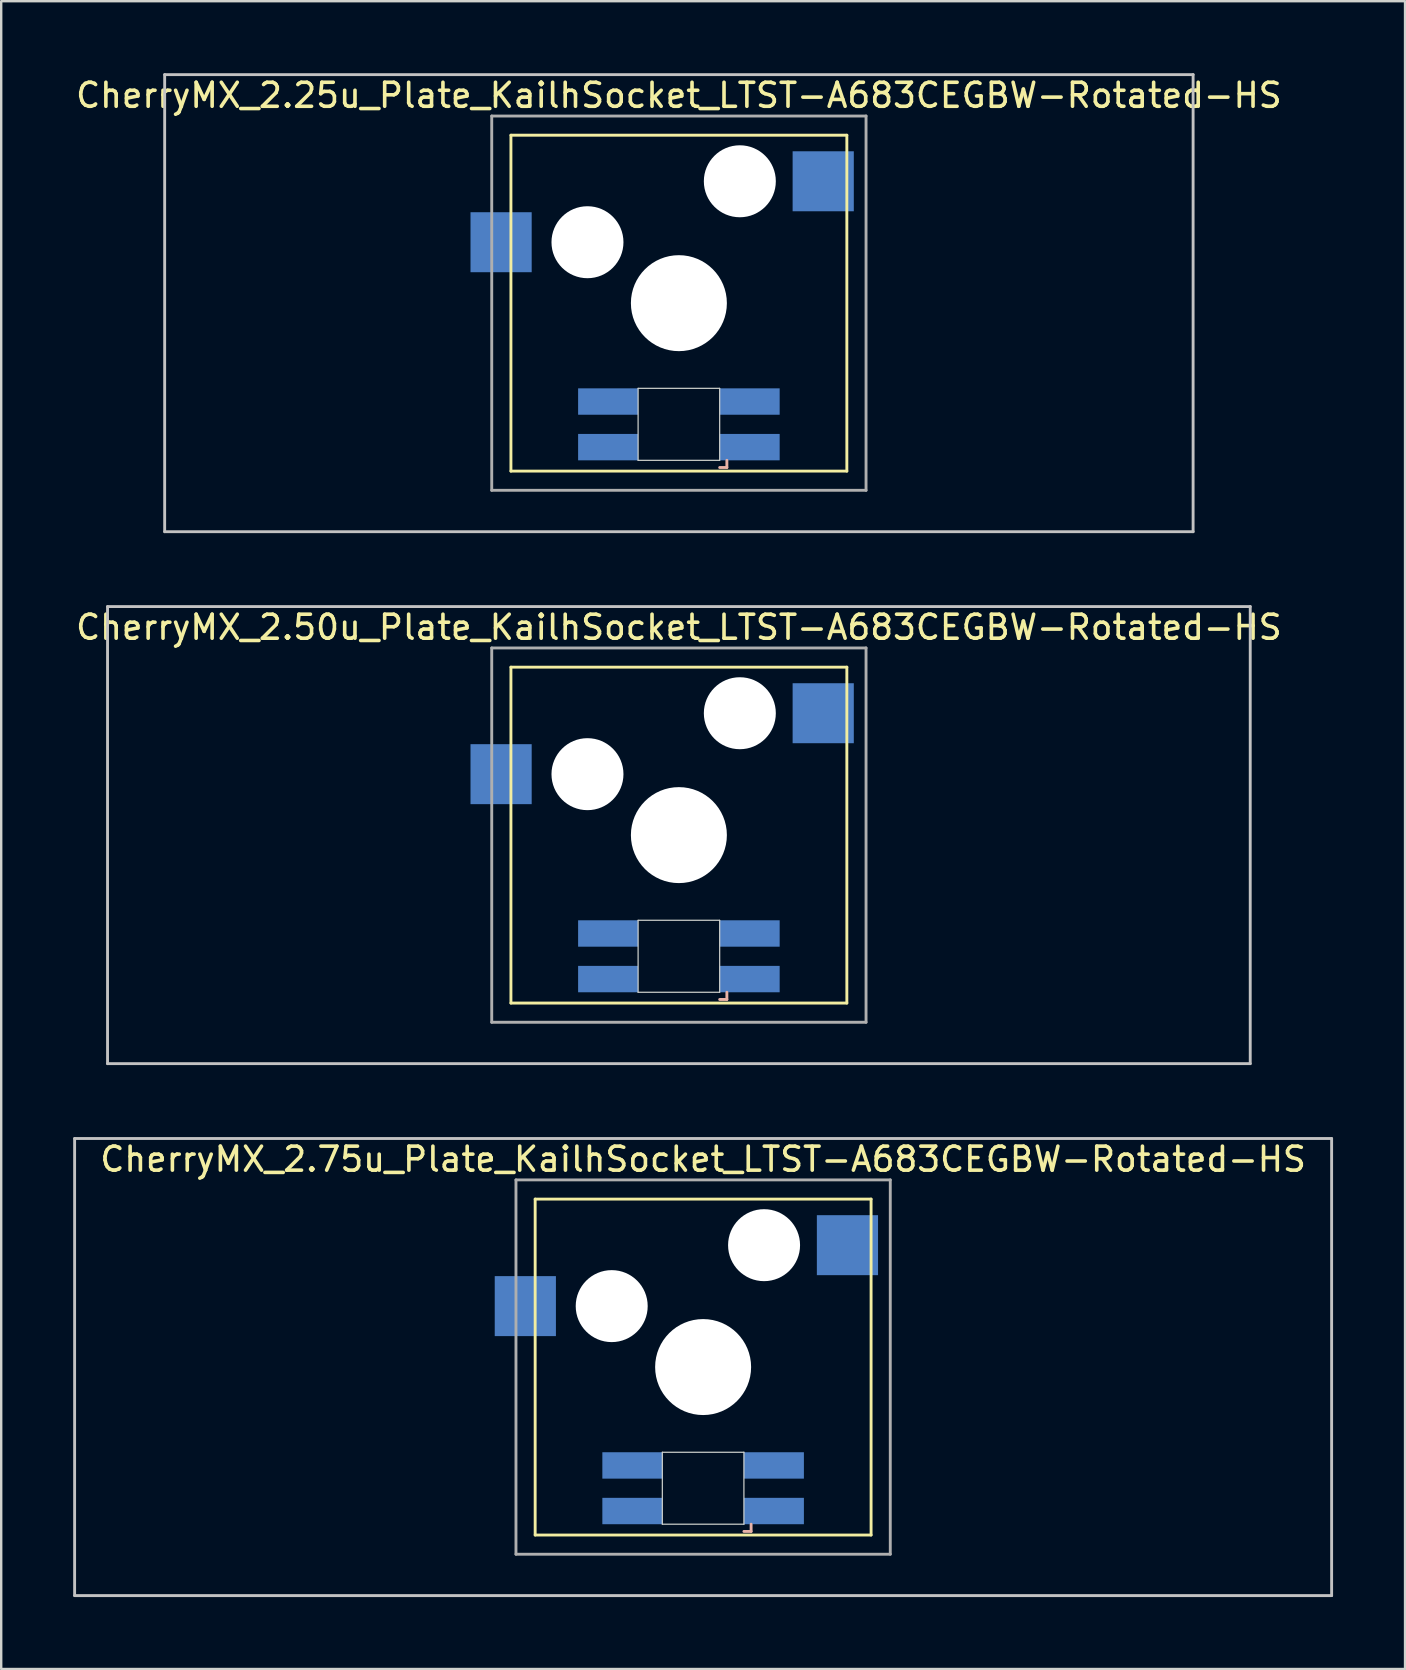
<source format=kicad_pcb>
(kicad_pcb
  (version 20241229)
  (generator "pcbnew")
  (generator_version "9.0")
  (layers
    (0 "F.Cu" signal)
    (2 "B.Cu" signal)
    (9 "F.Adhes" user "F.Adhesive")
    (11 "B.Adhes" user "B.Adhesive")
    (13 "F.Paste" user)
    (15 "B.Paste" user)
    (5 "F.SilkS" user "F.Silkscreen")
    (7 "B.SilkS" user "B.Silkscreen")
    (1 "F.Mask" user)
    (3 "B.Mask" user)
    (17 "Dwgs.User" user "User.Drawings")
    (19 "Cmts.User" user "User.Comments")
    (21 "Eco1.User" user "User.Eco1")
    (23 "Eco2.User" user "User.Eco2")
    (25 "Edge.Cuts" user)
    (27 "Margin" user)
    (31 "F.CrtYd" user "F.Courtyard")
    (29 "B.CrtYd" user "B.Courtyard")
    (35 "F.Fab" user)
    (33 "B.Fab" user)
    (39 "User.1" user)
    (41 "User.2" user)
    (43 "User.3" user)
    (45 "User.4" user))
  (footprint "CherryMX_2.75u_Plate_KailhSocket_LTST-A683CEGBW-Rotated-HS"
    (layer "F.Cu")
    (at 26.254 53.925)
    (property "Reference" "CherryMX_2.75u_Plate_KailhSocket_LTST-A683CEGBW-Rotated-HS" (at 0 -8.662 0) (layer "F.SilkS") (effects (font (size 1 1) (thickness 0.15))))
    (attr through_hole)
    (fp_line (start -7 -7) (end -7 7) (stroke (width 0.12) (type solid)) (layer "F.SilkS"))
    (fp_line (start -7 -7) (end 7 -7) (stroke (width 0.12) (type solid)) (layer "F.SilkS"))
    (fp_line (start 7 -7) (end 7 7) (stroke (width 0.12) (type solid)) (layer "F.SilkS"))
    (fp_line (start 7 7) (end -7 7) (stroke (width 0.12) (type solid)) (layer "F.SilkS"))
    (fp_line (start 1.7 6.85) (end 2 6.85) (stroke (width 0.12) (type solid)) (layer "B.SilkS"))
    (fp_line (start 2 6.85) (end 2 6.55) (stroke (width 0.12) (type solid)) (layer "B.SilkS"))
    (fp_line (start -26.194 -9.525) (end 26.194 -9.525) (stroke (width 0.12) (type solid)) (layer "Dwgs.User"))
    (fp_line (start -26.194 9.525) (end -26.194 -9.525) (stroke (width 0.12) (type solid)) (layer "Dwgs.User"))
    (fp_line (start 26.194 -9.525) (end 26.194 9.525) (stroke (width 0.12) (type solid)) (layer "Dwgs.User"))
    (fp_line (start 26.194 9.525) (end -26.194 9.525) (stroke (width 0.12) (type solid)) (layer "Dwgs.User"))
    (fp_line (start -1.7 3.55) (end 1.7 3.55) (stroke (width 0.05) (type solid)) (layer "Edge.Cuts"))
    (fp_line (start -1.7 6.55) (end -1.7 3.55) (stroke (width 0.05) (type solid)) (layer "Edge.Cuts"))
    (fp_line (start 1.7 3.55) (end 1.7 6.55) (stroke (width 0.05) (type solid)) (layer "Edge.Cuts"))
    (fp_line (start 1.7 6.55) (end -1.7 6.55) (stroke (width 0.05) (type solid)) (layer "Edge.Cuts"))
    (fp_line (start -7.8 -7.8) (end -7.8 7.8) (stroke (width 0.12) (type solid)) (layer "F.Fab"))
    (fp_line (start -7.8 -7.8) (end 7.8 -7.8) (stroke (width 0.12) (type solid)) (layer "F.Fab"))
    (fp_line (start -7.8 7.8) (end 7.8 7.8) (stroke (width 0.12) (type solid)) (layer "F.Fab"))
    (fp_line (start 7.8 -7.8) (end 7.8 7.8) (stroke (width 0.12) (type solid)) (layer "F.Fab"))
    (pad "" np_thru_hole circle (at -3.81 -2.54) (size 3 3) (drill 3) (layers "*.Cu" "*.Mask"))
    (pad "" np_thru_hole circle (at 0 0) (size 4 4) (drill 4) (layers "*.Cu" "*.Mask"))
    (pad "" np_thru_hole circle (at 2.54 -5.08) (size 3 3) (drill 3) (layers "*.Cu" "*.Mask"))
    (pad "1" smd rect (at -7.41 -2.54) (size 2.55 2.5) (layers "B.Cu" "B.Mask" "B.Paste"))
    (pad "2" smd rect (at 6.015 -5.08) (size 2.55 2.5) (layers "B.Cu" "B.Mask" "B.Paste"))
    (pad "3" smd rect (at 2.95 6) (size 2.5 1.1) (layers "B.Cu" "B.Mask" "B.Paste"))
    (pad "4" smd rect (at 2.95 4.1) (size 2.5 1.1) (layers "B.Cu" "B.Mask" "B.Paste"))
    (pad "5" smd rect (at -2.95 6) (size 2.5 1.1) (layers "B.Cu" "B.Mask" "B.Paste"))
    (pad "6" smd rect (at -2.95 4.1) (size 2.5 1.1) (layers "B.Cu" "B.Mask" "B.Paste")))
  (footprint "CherryMX_2.50u_Plate_KailhSocket_LTST-A683CEGBW-Rotated-HS"
    (layer "F.Cu")
    (at 25.244 31.755)
    (property "Reference" "CherryMX_2.50u_Plate_KailhSocket_LTST-A683CEGBW-Rotated-HS" (at 0 -8.662 0) (layer "F.SilkS") (effects (font (size 1 1) (thickness 0.15))))
    (attr through_hole)
    (fp_line (start -7 -7) (end -7 7) (stroke (width 0.12) (type solid)) (layer "F.SilkS"))
    (fp_line (start -7 -7) (end 7 -7) (stroke (width 0.12) (type solid)) (layer "F.SilkS"))
    (fp_line (start 7 -7) (end 7 7) (stroke (width 0.12) (type solid)) (layer "F.SilkS"))
    (fp_line (start 7 7) (end -7 7) (stroke (width 0.12) (type solid)) (layer "F.SilkS"))
    (fp_line (start 1.7 6.85) (end 2 6.85) (stroke (width 0.12) (type solid)) (layer "B.SilkS"))
    (fp_line (start 2 6.85) (end 2 6.55) (stroke (width 0.12) (type solid)) (layer "B.SilkS"))
    (fp_line (start -23.812 -9.525) (end 23.812 -9.525) (stroke (width 0.12) (type solid)) (layer "Dwgs.User"))
    (fp_line (start -23.812 9.525) (end -23.812 -9.525) (stroke (width 0.12) (type solid)) (layer "Dwgs.User"))
    (fp_line (start 23.812 -9.525) (end 23.812 9.525) (stroke (width 0.12) (type solid)) (layer "Dwgs.User"))
    (fp_line (start 23.812 9.525) (end -23.812 9.525) (stroke (width 0.12) (type solid)) (layer "Dwgs.User"))
    (fp_line (start -1.7 3.55) (end 1.7 3.55) (stroke (width 0.05) (type solid)) (layer "Edge.Cuts"))
    (fp_line (start -1.7 6.55) (end -1.7 3.55) (stroke (width 0.05) (type solid)) (layer "Edge.Cuts"))
    (fp_line (start 1.7 3.55) (end 1.7 6.55) (stroke (width 0.05) (type solid)) (layer "Edge.Cuts"))
    (fp_line (start 1.7 6.55) (end -1.7 6.55) (stroke (width 0.05) (type solid)) (layer "Edge.Cuts"))
    (fp_line (start -7.8 -7.8) (end -7.8 7.8) (stroke (width 0.12) (type solid)) (layer "F.Fab"))
    (fp_line (start -7.8 -7.8) (end 7.8 -7.8) (stroke (width 0.12) (type solid)) (layer "F.Fab"))
    (fp_line (start -7.8 7.8) (end 7.8 7.8) (stroke (width 0.12) (type solid)) (layer "F.Fab"))
    (fp_line (start 7.8 -7.8) (end 7.8 7.8) (stroke (width 0.12) (type solid)) (layer "F.Fab"))
    (pad "" np_thru_hole circle (at -3.81 -2.54) (size 3 3) (drill 3) (layers "*.Cu" "*.Mask"))
    (pad "" np_thru_hole circle (at 0 0) (size 4 4) (drill 4) (layers "*.Cu" "*.Mask"))
    (pad "" np_thru_hole circle (at 2.54 -5.08) (size 3 3) (drill 3) (layers "*.Cu" "*.Mask"))
    (pad "1" smd rect (at -7.41 -2.54) (size 2.55 2.5) (layers "B.Cu" "B.Mask" "B.Paste"))
    (pad "2" smd rect (at 6.015 -5.08) (size 2.55 2.5) (layers "B.Cu" "B.Mask" "B.Paste"))
    (pad "3" smd rect (at 2.95 6) (size 2.5 1.1) (layers "B.Cu" "B.Mask" "B.Paste"))
    (pad "4" smd rect (at 2.95 4.1) (size 2.5 1.1) (layers "B.Cu" "B.Mask" "B.Paste"))
    (pad "5" smd rect (at -2.95 6) (size 2.5 1.1) (layers "B.Cu" "B.Mask" "B.Paste"))
    (pad "6" smd rect (at -2.95 4.1) (size 2.5 1.1) (layers "B.Cu" "B.Mask" "B.Paste")))
  (footprint "CherryMX_2.25u_Plate_KailhSocket_LTST-A683CEGBW-Rotated-HS"
    (layer "F.Cu")
    (at 25.244 9.585)
    (property "Reference" "CherryMX_2.25u_Plate_KailhSocket_LTST-A683CEGBW-Rotated-HS" (at 0 -8.662 0) (layer "F.SilkS") (effects (font (size 1 1) (thickness 0.15))))
    (attr through_hole)
    (fp_line (start -7 -7) (end -7 7) (stroke (width 0.12) (type solid)) (layer "F.SilkS"))
    (fp_line (start -7 -7) (end 7 -7) (stroke (width 0.12) (type solid)) (layer "F.SilkS"))
    (fp_line (start 7 -7) (end 7 7) (stroke (width 0.12) (type solid)) (layer "F.SilkS"))
    (fp_line (start 7 7) (end -7 7) (stroke (width 0.12) (type solid)) (layer "F.SilkS"))
    (fp_line (start 1.7 6.85) (end 2 6.85) (stroke (width 0.12) (type solid)) (layer "B.SilkS"))
    (fp_line (start 2 6.85) (end 2 6.55) (stroke (width 0.12) (type solid)) (layer "B.SilkS"))
    (fp_line (start -21.431 -9.525) (end 21.431 -9.525) (stroke (width 0.12) (type solid)) (layer "Dwgs.User"))
    (fp_line (start -21.431 9.525) (end -21.431 -9.525) (stroke (width 0.12) (type solid)) (layer "Dwgs.User"))
    (fp_line (start 21.431 -9.525) (end 21.431 9.525) (stroke (width 0.12) (type solid)) (layer "Dwgs.User"))
    (fp_line (start 21.431 9.525) (end -21.431 9.525) (stroke (width 0.12) (type solid)) (layer "Dwgs.User"))
    (fp_line (start -1.7 3.55) (end 1.7 3.55) (stroke (width 0.05) (type solid)) (layer "Edge.Cuts"))
    (fp_line (start -1.7 6.55) (end -1.7 3.55) (stroke (width 0.05) (type solid)) (layer "Edge.Cuts"))
    (fp_line (start 1.7 3.55) (end 1.7 6.55) (stroke (width 0.05) (type solid)) (layer "Edge.Cuts"))
    (fp_line (start 1.7 6.55) (end -1.7 6.55) (stroke (width 0.05) (type solid)) (layer "Edge.Cuts"))
    (fp_line (start -7.8 -7.8) (end -7.8 7.8) (stroke (width 0.12) (type solid)) (layer "F.Fab"))
    (fp_line (start -7.8 -7.8) (end 7.8 -7.8) (stroke (width 0.12) (type solid)) (layer "F.Fab"))
    (fp_line (start -7.8 7.8) (end 7.8 7.8) (stroke (width 0.12) (type solid)) (layer "F.Fab"))
    (fp_line (start 7.8 -7.8) (end 7.8 7.8) (stroke (width 0.12) (type solid)) (layer "F.Fab"))
    (pad "" np_thru_hole circle (at -3.81 -2.54) (size 3 3) (drill 3) (layers "*.Cu" "*.Mask"))
    (pad "" np_thru_hole circle (at 0 0) (size 4 4) (drill 4) (layers "*.Cu" "*.Mask"))
    (pad "" np_thru_hole circle (at 2.54 -5.08) (size 3 3) (drill 3) (layers "*.Cu" "*.Mask"))
    (pad "1" smd rect (at -7.41 -2.54) (size 2.55 2.5) (layers "B.Cu" "B.Mask" "B.Paste"))
    (pad "2" smd rect (at 6.015 -5.08) (size 2.55 2.5) (layers "B.Cu" "B.Mask" "B.Paste"))
    (pad "3" smd rect (at 2.95 6) (size 2.5 1.1) (layers "B.Cu" "B.Mask" "B.Paste"))
    (pad "4" smd rect (at 2.95 4.1) (size 2.5 1.1) (layers "B.Cu" "B.Mask" "B.Paste"))
    (pad "5" smd rect (at -2.95 6) (size 2.5 1.1) (layers "B.Cu" "B.Mask" "B.Paste"))
    (pad "6" smd rect (at -2.95 4.1) (size 2.5 1.1) (layers "B.Cu" "B.Mask" "B.Paste")))
  (gr_rect
    (start -3 -3)
    (end 55.508 66.51)
    (stroke (width 0.1) (type default))
    (fill no)
    (layer "Edge.Cuts")))
</source>
